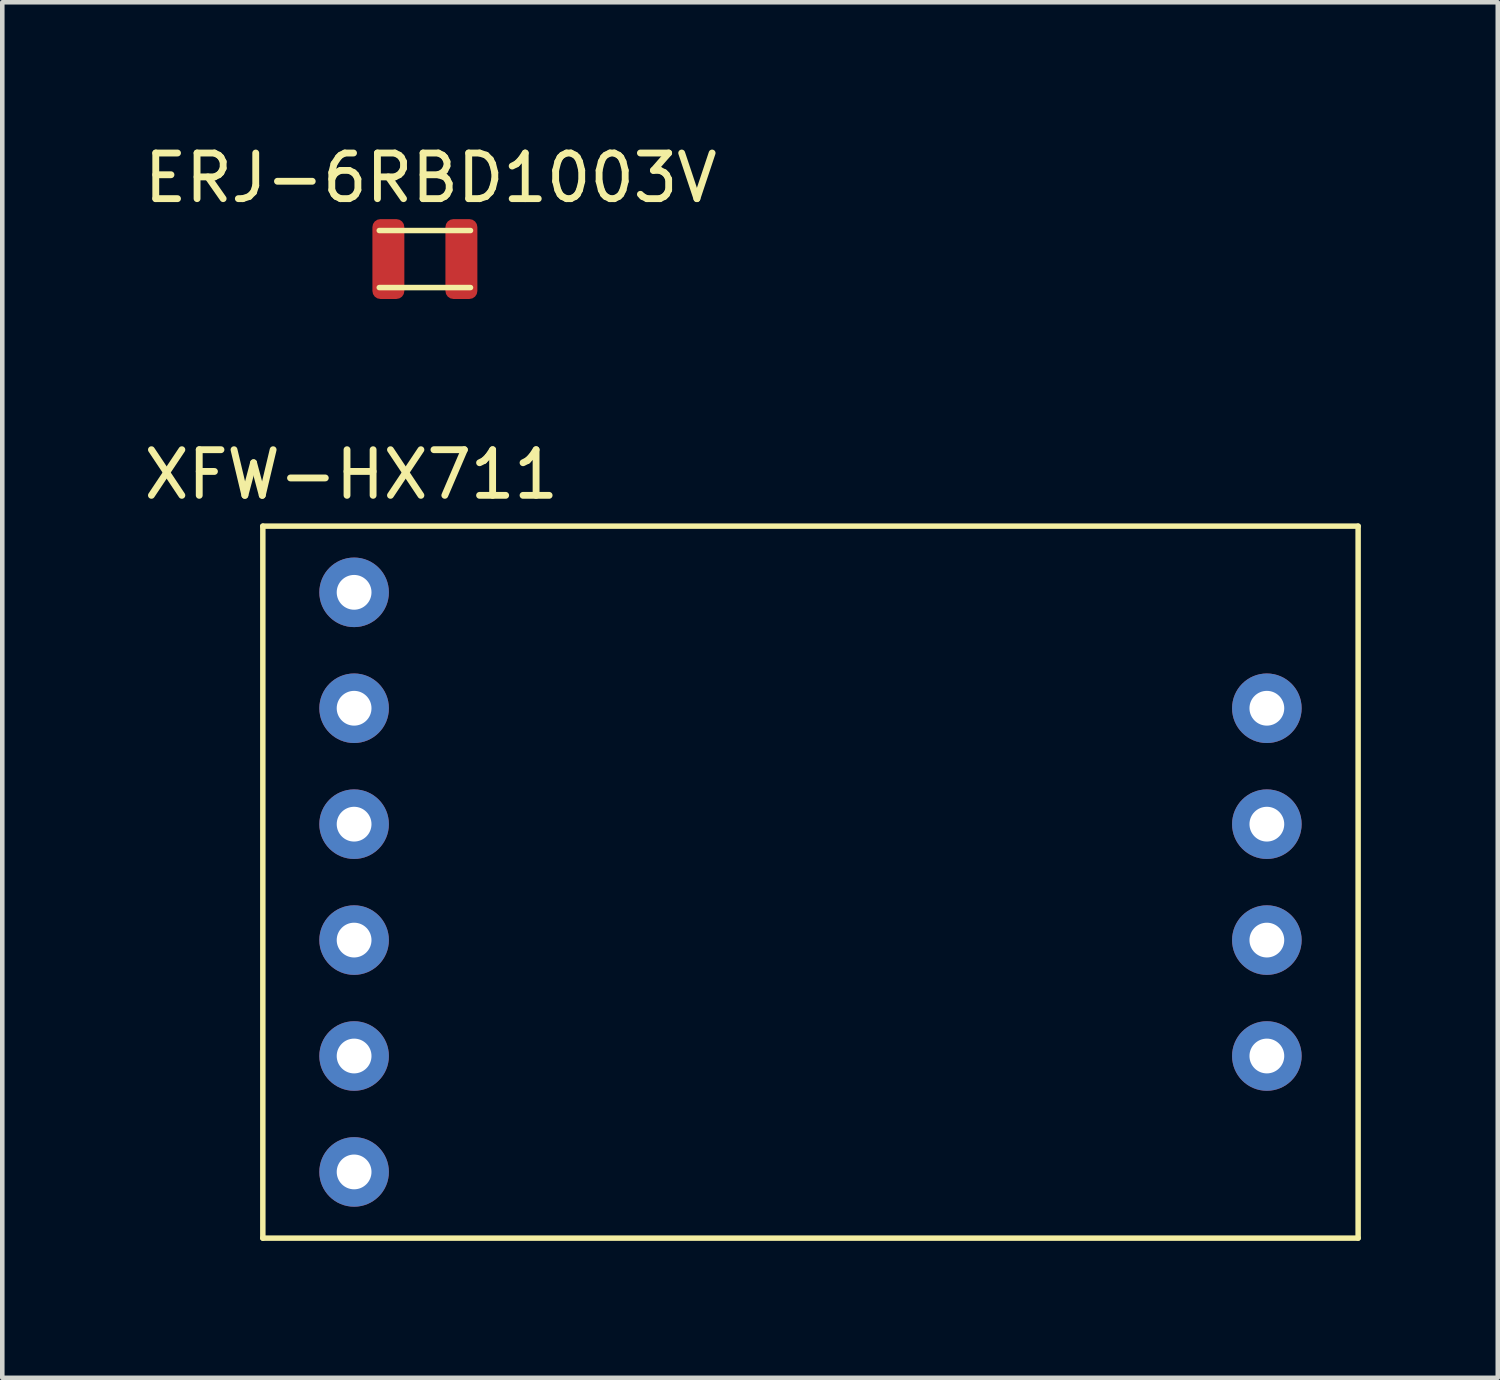
<source format=kicad_pcb>
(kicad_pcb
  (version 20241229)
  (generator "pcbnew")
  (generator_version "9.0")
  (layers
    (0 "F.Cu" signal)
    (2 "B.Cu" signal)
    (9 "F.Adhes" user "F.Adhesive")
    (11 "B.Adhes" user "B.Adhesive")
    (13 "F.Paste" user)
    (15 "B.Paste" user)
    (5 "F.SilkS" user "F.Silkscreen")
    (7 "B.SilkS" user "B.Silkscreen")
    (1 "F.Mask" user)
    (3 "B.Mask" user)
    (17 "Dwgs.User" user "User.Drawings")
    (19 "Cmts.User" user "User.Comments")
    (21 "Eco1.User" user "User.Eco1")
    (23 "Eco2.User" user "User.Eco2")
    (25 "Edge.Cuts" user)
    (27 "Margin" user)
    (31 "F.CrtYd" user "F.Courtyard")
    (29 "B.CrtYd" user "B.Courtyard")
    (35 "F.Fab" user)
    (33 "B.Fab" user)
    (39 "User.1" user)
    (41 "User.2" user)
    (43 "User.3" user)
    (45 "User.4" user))
  (footprint "XFW-HX711"
    (layer "F.Cu")
    (at 14.709 16.279)
    (property "Reference" "XFW-HX711" (at -10.06 -8.93 0) (layer "F.SilkS") (effects (font (size 1 1) (thickness 0.15))))
    (attr through_hole)
    (fp_line (start -12 -7.8) (end 12 -7.8) (stroke (width 0.12) (type solid)) (layer "F.SilkS"))
    (fp_line (start -12 7.8) (end -12 -7.8) (stroke (width 0.12) (type solid)) (layer "F.SilkS"))
    (fp_line (start 12 -7.8) (end 12 7.8) (stroke (width 0.12) (type solid)) (layer "F.SilkS"))
    (fp_line (start 12 7.8) (end -12 7.8) (stroke (width 0.12) (type solid)) (layer "F.SilkS"))
    (pad "1" thru_hole circle (at -10 -6.35) (size 1.524 1.524) (drill 0.762) (layers "*.Cu" "*.Mask"))
    (pad "2" thru_hole circle (at -10 -3.81) (size 1.524 1.524) (drill 0.762) (layers "*.Cu" "*.Mask"))
    (pad "3" thru_hole circle (at -10 -1.27) (size 1.524 1.524) (drill 0.762) (layers "*.Cu" "*.Mask"))
    (pad "4" thru_hole circle (at -10 1.27) (size 1.524 1.524) (drill 0.762) (layers "*.Cu" "*.Mask"))
    (pad "5" thru_hole circle (at -10 3.81) (size 1.524 1.524) (drill 0.762) (layers "*.Cu" "*.Mask"))
    (pad "6" thru_hole circle (at -10 6.35) (size 1.524 1.524) (drill 0.762) (layers "*.Cu" "*.Mask"))
    (pad "7" thru_hole circle (at 10 3.81) (size 1.524 1.524) (drill 0.762) (layers "*.Cu" "*.Mask"))
    (pad "8" thru_hole circle (at 10 1.27) (size 1.524 1.524) (drill 0.762) (layers "*.Cu" "*.Mask"))
    (pad "9" thru_hole circle (at 10 -1.27) (size 1.524 1.524) (drill 0.762) (layers "*.Cu" "*.Mask"))
    (pad "10" thru_hole circle (at 10 -3.81) (size 1.524 1.524) (drill 0.762) (layers "*.Cu" "*.Mask")))
  (footprint "ERJ-6RBD1003V"
    (layer "F.Cu")
    (at 6.26 2.626)
    (property "Reference" "ERJ-6RBD1003V" (at 0.127 -1.778 0) (layer "F.SilkS") (effects (font (size 1 1) (thickness 0.15))))
    (attr through_hole)
    (fp_line (start -1 -0.625) (end 1 -0.625) (stroke (width 0.12) (type solid)) (layer "F.SilkS"))
    (fp_line (start -1 0.625) (end 1 0.625) (stroke (width 0.12) (type solid)) (layer "F.SilkS"))
    (pad "1" smd roundrect (at -0.8 0) (size 0.7 1.75) (layers "F.Cu" "F.Mask" "F.Paste") (roundrect_rratio 0.25))
    (pad "2" smd roundrect (at 0.8 0) (size 0.7 1.75) (layers "F.Cu" "F.Mask" "F.Paste") (roundrect_rratio 0.25)))
  (gr_rect
    (start -3 -3)
    (end 29.769 27.14)
    (stroke (width 0.1) (type default))
    (fill no)
    (layer "Edge.Cuts")))
</source>
